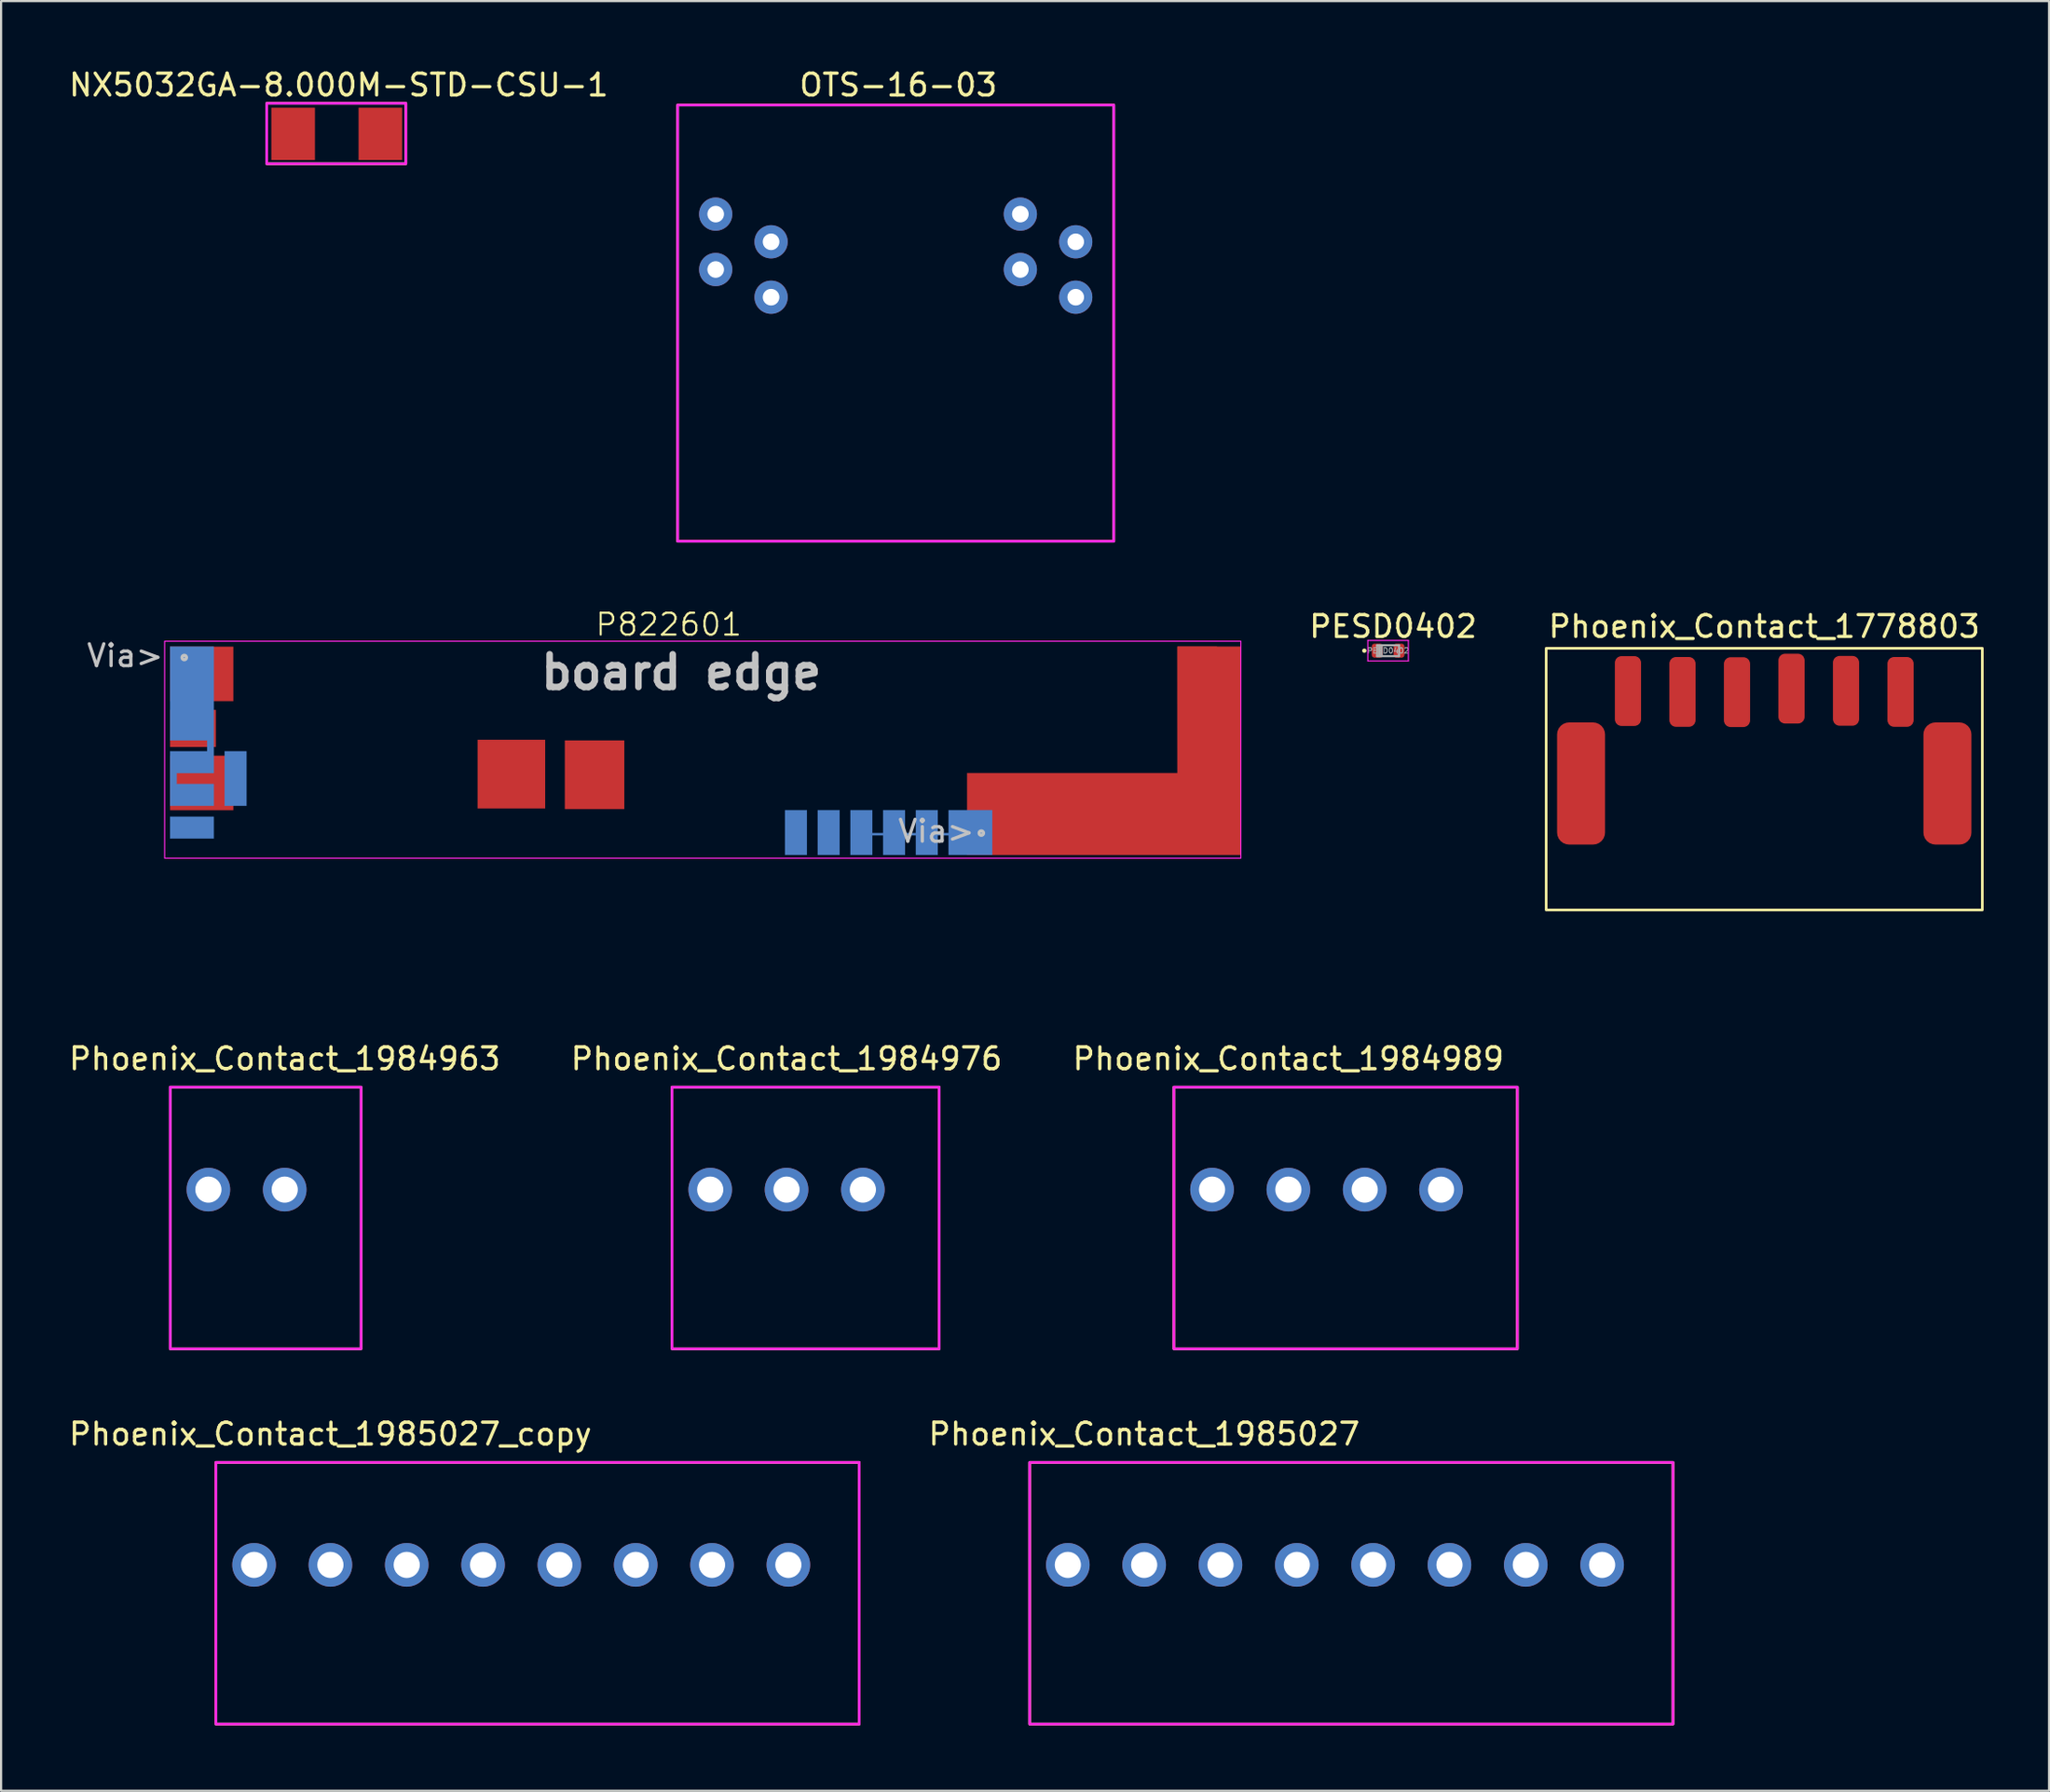
<source format=kicad_pcb>
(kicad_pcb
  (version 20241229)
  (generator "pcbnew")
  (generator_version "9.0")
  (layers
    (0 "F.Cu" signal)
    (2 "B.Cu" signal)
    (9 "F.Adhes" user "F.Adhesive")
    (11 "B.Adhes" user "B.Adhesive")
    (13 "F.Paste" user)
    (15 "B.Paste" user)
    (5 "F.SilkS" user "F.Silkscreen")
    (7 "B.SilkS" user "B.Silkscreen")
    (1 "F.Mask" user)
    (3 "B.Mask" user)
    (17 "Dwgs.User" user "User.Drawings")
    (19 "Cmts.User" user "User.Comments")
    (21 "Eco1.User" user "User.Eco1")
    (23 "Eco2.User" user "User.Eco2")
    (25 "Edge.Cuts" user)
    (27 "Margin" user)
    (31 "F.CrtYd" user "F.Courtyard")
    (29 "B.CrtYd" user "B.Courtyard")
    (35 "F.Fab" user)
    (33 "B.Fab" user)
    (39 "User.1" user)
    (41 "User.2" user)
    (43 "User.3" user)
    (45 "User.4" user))
  (footprint "OTS-16-03"
    (layer "F.Cu")
    (at 38.024 10.578)
    (property "Reference" "OTS-16-03" (at 0.12 -9.73 0) (unlocked yes) (layer "F.SilkS") (effects (font (size 1 1) (thickness 0.15))))
    (attr through_hole)
    (fp_rect (start -10 -8.81) (end 10 11.19) (stroke (width 0.12) (type solid)) (fill no) (layer "F.SilkS"))
    (fp_rect (start -10 -8.81) (end 10 11.19) (stroke (width 0.12) (type solid)) (fill no) (layer "F.CrtYd"))
    (pad "1" thru_hole circle (at -8.255 -3.81) (size 1.524 1.524) (drill 0.762) (layers "*.Cu" "*.Mask"))
    (pad "2" thru_hole circle (at -5.715 -2.54) (size 1.524 1.524) (drill 0.762) (layers "*.Cu" "*.Mask"))
    (pad "3" thru_hole circle (at -8.255 -1.27) (size 1.524 1.524) (drill 0.762) (layers "*.Cu" "*.Mask"))
    (pad "4" thru_hole circle (at -5.715 0) (size 1.524 1.524) (drill 0.762) (layers "*.Cu" "*.Mask"))
    (pad "5" thru_hole circle (at 8.255 0) (size 1.524 1.524) (drill 0.762) (layers "*.Cu" "*.Mask"))
    (pad "6" thru_hole circle (at 5.715 -1.27) (size 1.524 1.524) (drill 0.762) (layers "*.Cu" "*.Mask"))
    (pad "7" thru_hole circle (at 8.255 -2.54) (size 1.524 1.524) (drill 0.762) (layers "*.Cu" "*.Mask"))
    (pad "8" thru_hole circle (at 5.715 -3.81) (size 1.524 1.524) (drill 0.762) (layers "*.Cu" "*.Mask")))
  (footprint "PESD0402"
    (layer "F.Cu")
    (at 60.603 26.787)
    (property "Reference" "PESD0402" (at 0.23 -1.11 0) (unlocked yes) (layer "F.SilkS") (effects (font (size 1 1) (thickness 0.15))))
    (attr smd)
    (fp_circle (center -1.09 0) (end -1.04 0) (stroke (width 0.1) (type solid)) (fill no) (layer "F.SilkS"))
    (fp_line (start -0.93 -0.47) (end 0.93 -0.47) (stroke (width 0.05) (type solid)) (layer "F.CrtYd"))
    (fp_line (start -0.93 0.47) (end -0.93 -0.47) (stroke (width 0.05) (type solid)) (layer "F.CrtYd"))
    (fp_line (start 0.93 -0.47) (end 0.93 0.47) (stroke (width 0.05) (type solid)) (layer "F.CrtYd"))
    (fp_line (start 0.93 0.47) (end -0.93 0.47) (stroke (width 0.05) (type solid)) (layer "F.CrtYd"))
    (fp_line (start -0.5 -0.25) (end 0.5 -0.25) (stroke (width 0.1) (type solid)) (layer "F.Fab"))
    (fp_line (start -0.5 0.25) (end -0.5 -0.25) (stroke (width 0.1) (type solid)) (layer "F.Fab"))
    (fp_line (start -0.4 0.25) (end -0.4 -0.25) (stroke (width 0.1) (type solid)) (layer "F.Fab"))
    (fp_line (start -0.3 0.25) (end -0.3 -0.25) (stroke (width 0.1) (type solid)) (layer "F.Fab"))
    (fp_line (start 0.5 -0.25) (end 0.5 0.25) (stroke (width 0.1) (type solid)) (layer "F.Fab"))
    (fp_line (start 0.5 0.25) (end -0.5 0.25) (stroke (width 0.1) (type solid)) (layer "F.Fab"))
    (fp_text user "${REFERENCE}" (at 0 0 0) (layer "F.Fab") (effects (font (size 0.25 0.25) (thickness 0.04))))
    (pad "1" smd roundrect (at -0.5 0) (size 0.5 0.64) (layers "F.Cu" "F.Mask" "F.Paste") (roundrect_rratio 0.25))
    (pad "2" smd roundrect (at 0.5 0) (size 0.5 0.64) (layers "F.Cu" "F.Mask" "F.Paste") (roundrect_rratio 0.25)))
  (footprint "Phoenix_Contact_1778803"
    (layer "F.Cu")
    (at 77.852 28.677)
    (property "Reference" "Phoenix_Contact_1778803" (at 0 -3 0) (unlocked yes) (layer "F.SilkS") (effects (font (size 1 1) (thickness 0.15))))
    (attr smd)
    (fp_rect (start 10 -2) (end -10 10) (stroke (width 0.12) (type solid)) (fill no) (layer "F.SilkS"))
    (pad "" smd roundrect (at -8.4 4.2) (size 2.2 5.6) (layers "F.Cu" "F.Mask" "F.Paste") (roundrect_rratio 0.25))
    (pad "" smd roundrect (at 8.4 4.2) (size 2.2 5.6) (layers "F.Cu" "F.Mask" "F.Paste") (roundrect_rratio 0.25))
    (pad "1" smd roundrect (at -6.25 -0.04) (size 1.2 3.2) (layers "F.Cu" "F.Mask" "F.Paste") (roundrect_rratio 0.25))
    (pad "2" smd roundrect (at -3.75 0) (size 1.2 3.2) (layers "F.Cu" "F.Mask" "F.Paste") (roundrect_rratio 0.25))
    (pad "3" smd roundrect (at -1.25 0.01) (size 1.2 3.2) (layers "F.Cu" "F.Mask" "F.Paste") (roundrect_rratio 0.25))
    (pad "4" smd roundrect (at 1.25 -0.15) (size 1.2 3.2) (layers "F.Cu" "F.Mask" "F.Paste") (roundrect_rratio 0.25))
    (pad "5" smd roundrect (at 3.75 -0.05) (size 1.2 3.2) (layers "F.Cu" "F.Mask" "F.Paste") (roundrect_rratio 0.25))
    (pad "6" smd roundrect (at 6.25 0) (size 1.2 3.2) (layers "F.Cu" "F.Mask" "F.Paste") (roundrect_rratio 0.25)))
  (footprint "Phoenix_Contact_1985027_copy"
    (layer "F.Cu")
    (at 8.601 68.707)
    (property "Reference" "Phoenix_Contact_1985027_copy" (at 3.5 -6 0) (unlocked yes) (layer "F.SilkS") (effects (font (size 1 1) (thickness 0.15))))
    (attr smd)
    (fp_rect (start -1.75 -4.7) (end 27.75 7.3) (stroke (width 0.12) (type solid)) (fill no) (layer "F.SilkS"))
    (fp_rect (start -1.75 -4.7) (end 27.75 7.3) (stroke (width 0.12) (type solid)) (fill no) (layer "F.CrtYd"))
    (pad "1" thru_hole circle (at 0 0) (size 2 2) (drill 1.2) (layers "*.Cu" "*.Mask"))
    (pad "2" thru_hole circle (at 3.5 0) (size 2 2) (drill 1.2) (layers "*.Cu" "*.Mask"))
    (pad "3" thru_hole circle (at 7 0) (size 2 2) (drill 1.2) (layers "*.Cu" "*.Mask"))
    (pad "4" thru_hole circle (at 10.5 0) (size 2 2) (drill 1.2) (layers "*.Cu" "*.Mask"))
    (pad "5" thru_hole circle (at 14 0) (size 2 2) (drill 1.2) (layers "*.Cu" "*.Mask"))
    (pad "6" thru_hole circle (at 17.5 0) (size 2 2) (drill 1.2) (layers "*.Cu" "*.Mask"))
    (pad "7" thru_hole circle (at 21 0) (size 2 2) (drill 1.2) (layers "*.Cu" "*.Mask"))
    (pad "8" thru_hole circle (at 24.5 0) (size 2 2) (drill 1.2) (layers "*.Cu" "*.Mask")))
  (footprint "NX5032GA-8.000M-STD-CSU-1"
    (layer "F.Cu")
    (at 10.392 3.088)
    (property "Reference" "NX5032GA-8.000M-STD-CSU-1" (at 2.09 -2.24 0) (unlocked yes) (layer "F.SilkS") (effects (font (size 1 1) (thickness 0.15))))
    (attr smd)
    (fp_rect (start -1.21 -1.4) (end 5.17 1.37) (stroke (width 0.12) (type solid)) (fill no) (layer "F.SilkS"))
    (fp_rect (start -1.21 -1.4) (end 5.17 1.37) (stroke (width 0.12) (type solid)) (fill no) (layer "F.CrtYd"))
    (pad "1" smd rect (at 0 0) (size 2 2.4) (layers "F.Cu" "F.Mask" "F.Paste"))
    (pad "2" smd rect (at 4 0) (size 2 2.4) (layers "F.Cu" "F.Mask" "F.Paste")))
  (footprint "Phoenix_Contact_1985027"
    (layer "F.Cu")
    (at 45.917 68.707)
    (property "Reference" "Phoenix_Contact_1985027" (at 3.5 -6 0) (unlocked yes) (layer "F.SilkS") (effects (font (size 1 1) (thickness 0.15))))
    (attr smd)
    (fp_rect (start -1.75 -4.7) (end 27.75 7.3) (stroke (width 0.12) (type solid)) (fill no) (layer "F.SilkS"))
    (fp_rect (start -1.75 -4.7) (end 27.75 7.3) (stroke (width 0.12) (type solid)) (fill no) (layer "F.CrtYd"))
    (pad "1" thru_hole circle (at 0 0) (size 2 2) (drill 1.2) (layers "*.Cu" "*.Mask"))
    (pad "2" thru_hole circle (at 3.5 0) (size 2 2) (drill 1.2) (layers "*.Cu" "*.Mask"))
    (pad "3" thru_hole circle (at 7 0) (size 2 2) (drill 1.2) (layers "*.Cu" "*.Mask"))
    (pad "4" thru_hole circle (at 10.5 0) (size 2 2) (drill 1.2) (layers "*.Cu" "*.Mask"))
    (pad "5" thru_hole circle (at 14 0) (size 2 2) (drill 1.2) (layers "*.Cu" "*.Mask"))
    (pad "6" thru_hole circle (at 17.5 0) (size 2 2) (drill 1.2) (layers "*.Cu" "*.Mask"))
    (pad "7" thru_hole circle (at 21 0) (size 2 2) (drill 1.2) (layers "*.Cu" "*.Mask"))
    (pad "8" thru_hole circle (at 24.5 0) (size 2 2) (drill 1.2) (layers "*.Cu" "*.Mask")))
  (footprint "Phoenix_Contact_1984963"
    (layer "F.Cu")
    (at 6.506 51.499)
    (property "Reference" "Phoenix_Contact_1984963" (at 3.5 -6 0) (unlocked yes) (layer "F.SilkS") (effects (font (size 1 1) (thickness 0.15))))
    (attr smd)
    (fp_rect (start -1.75 -4.7) (end 7 7.3) (stroke (width 0.12) (type solid)) (fill no) (layer "F.SilkS"))
    (fp_rect (start -1.75 -4.7) (end 7 7.3) (stroke (width 0.12) (type solid)) (fill no) (layer "F.CrtYd"))
    (pad "1" thru_hole circle (at 0 0) (size 2 2) (drill 1.2) (layers "*.Cu" "*.Mask"))
    (pad "2" thru_hole circle (at 3.5 0) (size 2 2) (drill 1.2) (layers "*.Cu" "*.Mask")))
  (footprint "P822601"
    (layer "F.Cu")
    (at 4.5 26.351)
    (property "Reference" "P822601" (at 23.114 -0.762 0) (unlocked yes) (layer "F.SilkS") (effects (font (size 1 1) (thickness 0.1))))
    (attr smd)
    (fp_poly (pts (xy 49.35 0.25) (xy 49.35 9.8) (xy 36.8 9.8) (xy 36.8 6.05) (xy 46.45 6.05) (xy 46.445 0.25)) (stroke (width 0.01) (type solid)) (fill yes) (layer "F.Cu"))
    (fp_rect (start 0.25 8.05) (end 2.25 9.05) (stroke (width 0.01) (type solid)) (fill yes) (layer "B.Cu"))
    (fp_poly (pts (xy 3.75 5.05) (xy 2.75 5.05) (xy 2.75 7.55) (xy 3.75 7.55)) (stroke (width 0.01) (type solid)) (fill yes) (layer "B.Cu"))
    (fp_poly (pts (xy 29.45 7.75) (xy 28.45 7.75) (xy 28.45 9.8) (xy 29.45 9.8)) (stroke (width 0.01) (type solid)) (fill yes) (layer "B.Cu"))
    (fp_poly (pts (xy 30.95 7.75) (xy 29.95 7.75) (xy 29.95 9.8) (xy 30.95 9.8)) (stroke (width 0.01) (type solid)) (fill yes) (layer "B.Cu"))
    (fp_poly (pts (xy 32.45 7.75) (xy 31.45 7.75) (xy 31.45 9.8) (xy 32.45 9.8)) (stroke (width 0.01) (type solid)) (fill yes) (layer "B.Cu"))
    (fp_poly (pts (xy 32.95 8.9) (xy 32.45 8.9) (xy 32.45 8.8) (xy 32.95 8.8)) (stroke (width 0.01) (type solid)) (fill yes) (layer "B.Cu"))
    (fp_poly (pts (xy 33.95 7.75) (xy 32.95 7.75) (xy 32.95 9.8) (xy 33.95 9.8)) (stroke (width 0.01) (type solid)) (fill yes) (layer "B.Cu"))
    (fp_poly (pts (xy 34.45 8.9) (xy 33.95 8.9) (xy 33.95 8.8) (xy 34.45 8.8)) (stroke (width 0.01) (type solid)) (fill yes) (layer "B.Cu"))
    (fp_poly (pts (xy 35.45 7.75) (xy 34.45 7.75) (xy 34.45 9.8) (xy 35.45 9.8)) (stroke (width 0.01) (type solid)) (fill yes) (layer "B.Cu"))
    (fp_poly (pts (xy 35.95 8.9) (xy 35.45 8.9) (xy 35.45 8.8) (xy 35.95 8.8)) (stroke (width 0.01) (type solid)) (fill yes) (layer "B.Cu"))
    (fp_poly (pts (xy 37.95 9.8) (xy 37.95 7.75) (xy 35.95 7.75) (xy 35.95 9.8)) (stroke (width 0.01) (type solid)) (fill yes) (layer "B.Cu"))
    (fp_poly (pts (xy 0.25 0.25) (xy 2.25 0.25) (xy 2.25 6.05) (xy 0.55 6.05) (xy 0.55 6.55) (xy 2.25 6.55) (xy 2.25 7.55) (xy 0.25 7.55) (xy 0.25 5.05) (xy 1.95 5.05) (xy 1.95 4.55) (xy 0.25 4.55)) (stroke (width 0.01) (type solid)) (fill yes) (layer "B.Cu"))
    (fp_circle (center 0.9 0.75) (end 1 0.75) (stroke (width 0.15) (type default)) (fill no) (layer "Dwgs.User"))
    (fp_circle (center 37.45 8.8) (end 37.55 8.8) (stroke (width 0.15) (type default)) (fill no) (layer "Dwgs.User"))
    (fp_rect (start 0 0) (end 49.35 9.95) (stroke (width 0.05) (type default)) (fill no) (layer "F.CrtYd"))
    (fp_text user "Via>" (at 33.55 9.3 0) (unlocked yes) (layer "Dwgs.User") (effects (font (size 1 1) (thickness 0.15)) (justify left bottom)))
    (fp_text user "board edge" (at 17.1 2.3 0) (unlocked yes) (layer "Dwgs.User") (effects (font (size 1.5 1.5) (thickness 0.3) (bold yes)) (justify left bottom)))
    (fp_text user "Via>" (at -3.65 1.25 0) (unlocked yes) (layer "Dwgs.User") (effects (font (size 1 1) (thickness 0.15)) (justify left bottom)))
    (fp_text user ".9,.75" (at -4.5 3 0) (unlocked yes) (layer "User.1") (effects (font (size 1 1) (thickness 0.15)) (justify left bottom)))
    (fp_text user "37.45,8.8" (at 29.5 7.5 0) (unlocked yes) (layer "User.1") (effects (font (size 1 1) (thickness 0.15)) (justify left bottom)))
    (pad "1" smd rect (at 15.9 6.096) (size 3.1 3.15) (layers "F.Cu" "F.Mask" "F.Paste"))
    (pad "2" smd rect (at 19.715 6.125) (size 2.73 3.15) (layers "F.Cu" "F.Mask" "F.Paste"))
    (pad "3" smd custom (at 47.35 7.15) (size 1 1) (layers "F.Cu" "F.Mask" "F.Paste") (options (anchor rect)) (primitives (gr_poly (pts (xy -0.9 -6.9) (xy -0.9 0.6) (xy 0.9 0.6) (xy 0.9 -0.6) (xy 2 -0.6) (xy 2 -2.55) (xy 0.9 -2.55) (xy 0.9 -3.7) (xy 2 -3.7) (xy 2 -5.7) (xy 0.9 -5.7) (xy 0.9 -6.9)) (width 0.01) (fill yes))))
    (pad "4" smd rect (at 40.3 7.15) (size 2.4 1.2) (layers "F.Cu" "F.Mask" "F.Paste"))
    (pad "5" smd rect (at 1.7 1.5) (size 2.9 2.5) (layers "F.Cu" "F.Mask" "F.Paste"))
    (pad "6" smd rect (at 1.3 4) (size 2.1 1.7) (layers "F.Cu" "F.Mask" "F.Paste"))
    (pad "7" smd rect (at 1.7 6.5) (size 2.9 2.5) (layers "F.Cu" "F.Mask" "F.Paste"))
    (zone (net_name "") (layer "F.Cu") (hatch edge 0.5) (connect_pads) (min_thickness 0.25) (filled_areas_thickness no) (keepout (tracks allowed) (vias allowed) (pads allowed) (copperpour not_allowed) (footprints allowed)) (placement (enabled no)) (fill) (polygon (pts (xy 20.05 36.851) (xy 20.05 36.351) (xy 21.05 36.351) (xy 21.05 36.851) (xy 21.2 36.851) (xy 21.2 41.651) (xy 18.8 41.651) (xy 18.8 36.851))))
    (zone (net_name "") (layer "F.Cu") (hatch edge 0.5) (connect_pads) (min_thickness 0.25) (filled_areas_thickness no) (keepout (tracks allowed) (vias allowed) (pads allowed) (copperpour not_allowed) (footprints allowed)) (placement (enabled no)) (fill) (polygon (pts (xy 4.5 26.351) (xy 4.5 38.351) (xy 16.8 38.351) (xy 16.8 36.351) (xy 20.05 36.351) (xy 20.05 33.751) (xy 21.05 33.751) (xy 21.05 36.351) (xy 23.54 36.351) (xy 23.54 30.901) (xy 25.58 30.901) (xy 25.58 38.351) (xy 53.85 38.351) (xy 53.85 26.351))))
    (zone (net_name "") (layer "B.Cu") (hatch edge 0.5) (connect_pads) (min_thickness 0.25) (filled_areas_thickness no) (keepout (tracks allowed) (vias allowed) (pads allowed) (copperpour not_allowed) (footprints allowed)) (placement (enabled no)) (fill) (polygon (pts (xy 53.85 26.351) (xy 53.85 38.351) (xy 25.4 38.301) (xy 25.4 36.351) (xy 16.8 36.351) (xy 16.8 38.351) (xy 4.5 38.351) (xy 4.5 26.351)))))
  (footprint "Phoenix_Contact_1984976"
    (layer "F.Cu")
    (at 29.518 51.499)
    (property "Reference" "Phoenix_Contact_1984976" (at 3.5 -6 0) (unlocked yes) (layer "F.SilkS") (effects (font (size 1 1) (thickness 0.15))))
    (attr smd)
    (fp_rect (start -1.75 -4.7) (end 10.5 7.3) (stroke (width 0.12) (type solid)) (fill no) (layer "F.SilkS"))
    (fp_rect (start -1.75 -4.7) (end 10.5 7.3) (stroke (width 0.12) (type solid)) (fill no) (layer "F.CrtYd"))
    (pad "1" thru_hole circle (at 0 0) (size 2 2) (drill 1.2) (layers "*.Cu" "*.Mask"))
    (pad "2" thru_hole circle (at 3.5 0) (size 2 2) (drill 1.2) (layers "*.Cu" "*.Mask"))
    (pad "3" thru_hole circle (at 7 0) (size 2 2) (drill 1.2) (layers "*.Cu" "*.Mask")))
  (footprint "Phoenix_Contact_1984989"
    (layer "F.Cu")
    (at 52.53 51.499)
    (property "Reference" "Phoenix_Contact_1984989" (at 3.5 -6 0) (unlocked yes) (layer "F.SilkS") (effects (font (size 1 1) (thickness 0.15))))
    (attr smd)
    (fp_rect (start -1.75 -4.7) (end 14 7.3) (stroke (width 0.12) (type solid)) (fill no) (layer "F.SilkS"))
    (fp_rect (start -1.75 -4.7) (end 14 7.3) (stroke (width 0.12) (type solid)) (fill no) (layer "F.CrtYd"))
    (pad "1" thru_hole circle (at 0 0) (size 2 2) (drill 1.2) (layers "*.Cu" "*.Mask"))
    (pad "2" thru_hole circle (at 3.5 0) (size 2 2) (drill 1.2) (layers "*.Cu" "*.Mask"))
    (pad "3" thru_hole circle (at 7 0) (size 2 2) (drill 1.2) (layers "*.Cu" "*.Mask"))
    (pad "4" thru_hole circle (at 10.5 0) (size 2 2) (drill 1.2) (layers "*.Cu" "*.Mask")))
  (gr_rect
    (start -3 -3)
    (end 90.912 79.067)
    (stroke (width 0.1) (type default))
    (fill no)
    (layer "Edge.Cuts")))
</source>
